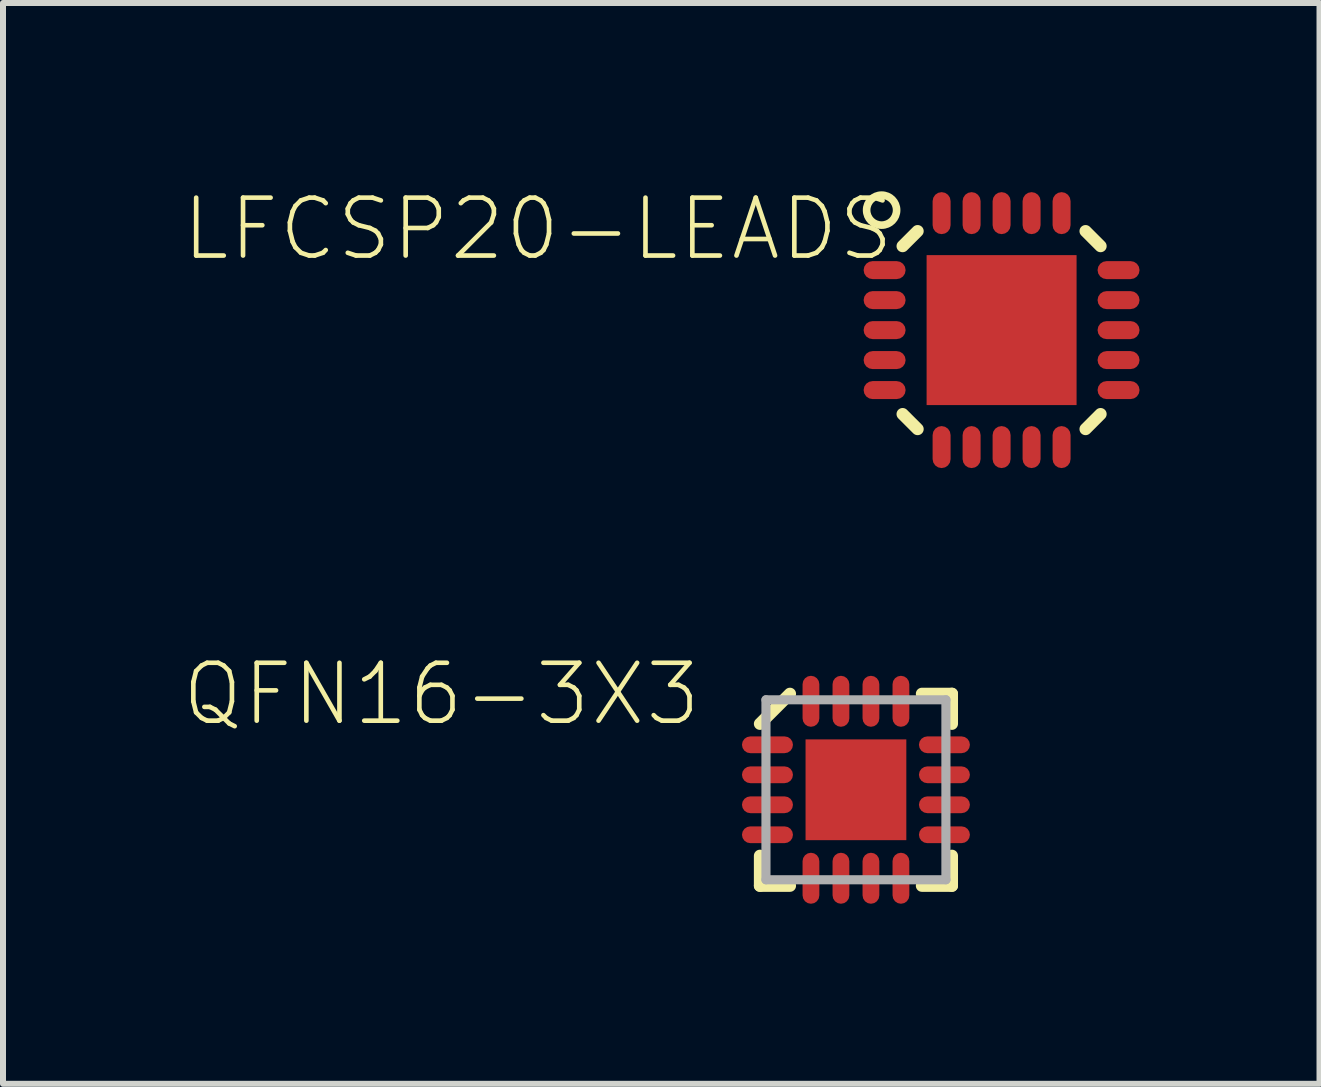
<source format=kicad_pcb>
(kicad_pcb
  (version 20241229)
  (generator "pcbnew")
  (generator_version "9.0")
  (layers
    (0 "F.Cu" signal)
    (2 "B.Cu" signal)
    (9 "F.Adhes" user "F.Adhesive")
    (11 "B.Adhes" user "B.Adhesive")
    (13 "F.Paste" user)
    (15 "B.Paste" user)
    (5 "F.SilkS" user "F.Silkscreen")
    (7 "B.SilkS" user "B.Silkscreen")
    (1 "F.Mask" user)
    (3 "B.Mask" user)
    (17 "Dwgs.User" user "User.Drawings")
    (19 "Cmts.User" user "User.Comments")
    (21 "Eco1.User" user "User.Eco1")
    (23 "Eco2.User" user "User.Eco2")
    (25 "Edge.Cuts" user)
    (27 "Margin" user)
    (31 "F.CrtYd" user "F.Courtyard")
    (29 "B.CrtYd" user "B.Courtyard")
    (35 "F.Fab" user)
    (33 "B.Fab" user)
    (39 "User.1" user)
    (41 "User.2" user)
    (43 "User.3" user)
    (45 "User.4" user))
  (footprint "LFCSP20-LEADS"
    (layer "F.Cu")
    (at 13.647 2.453)
    (property "Reference" "LFCSP20-LEADS" (at -1.75 -2.25 180) (layer "F.SilkS") (effects (font (size 0.965 0.965) (thickness 0.077)) (justify right top)))
    (attr through_hole)
    (fp_line (start -1.65 -1.4) (end -1.4 -1.65) (stroke (width 0.203) (type solid)) (layer "F.SilkS"))
    (fp_line (start -1.4 1.65) (end -1.65 1.4) (stroke (width 0.203) (type solid)) (layer "F.SilkS"))
    (fp_line (start 1.4 -1.65) (end 1.65 -1.4) (stroke (width 0.203) (type solid)) (layer "F.SilkS"))
    (fp_line (start 1.65 1.4) (end 1.4 1.65) (stroke (width 0.203) (type solid)) (layer "F.SilkS"))
    (fp_circle (center -2 -2) (end -1.75 -2) (stroke (width 0.127) (type solid)) (fill no) (layer "F.SilkS"))
    (fp_line (start -1.75 -1) (end -2.15 -1) (stroke (width 0.25) (type solid)) (layer "F.Paste"))
    (fp_line (start -1.75 -0.5) (end -2.15 -0.5) (stroke (width 0.25) (type solid)) (layer "F.Paste"))
    (fp_line (start -1.75 0) (end -2.15 0) (stroke (width 0.25) (type solid)) (layer "F.Paste"))
    (fp_line (start -1.75 0.5) (end -2.15 0.5) (stroke (width 0.25) (type solid)) (layer "F.Paste"))
    (fp_line (start -1.75 1) (end -2.15 1) (stroke (width 0.25) (type solid)) (layer "F.Paste"))
    (fp_line (start -1 -1.75) (end -1 -2.15) (stroke (width 0.25) (type solid)) (layer "F.Paste"))
    (fp_line (start -1 1.75) (end -1 2.15) (stroke (width 0.25) (type solid)) (layer "F.Paste"))
    (fp_line (start -0.5 -1.75) (end -0.5 -2.15) (stroke (width 0.25) (type solid)) (layer "F.Paste"))
    (fp_line (start -0.5 1.75) (end -0.5 2.15) (stroke (width 0.25) (type solid)) (layer "F.Paste"))
    (fp_line (start 0 -1.75) (end 0 -2.15) (stroke (width 0.25) (type solid)) (layer "F.Paste"))
    (fp_line (start 0 1.75) (end 0 2.15) (stroke (width 0.25) (type solid)) (layer "F.Paste"))
    (fp_line (start 0.5 -1.75) (end 0.5 -2.15) (stroke (width 0.25) (type solid)) (layer "F.Paste"))
    (fp_line (start 0.5 1.75) (end 0.5 2.15) (stroke (width 0.25) (type solid)) (layer "F.Paste"))
    (fp_line (start 1 -1.75) (end 1 -2.15) (stroke (width 0.25) (type solid)) (layer "F.Paste"))
    (fp_line (start 1 1.75) (end 1 2.15) (stroke (width 0.25) (type solid)) (layer "F.Paste"))
    (fp_line (start 1.75 -1) (end 2.15 -1) (stroke (width 0.25) (type solid)) (layer "F.Paste"))
    (fp_line (start 1.75 -0.5) (end 2.15 -0.5) (stroke (width 0.25) (type solid)) (layer "F.Paste"))
    (fp_line (start 1.75 0) (end 2.15 0) (stroke (width 0.25) (type solid)) (layer "F.Paste"))
    (fp_line (start 1.75 0.5) (end 2.15 0.5) (stroke (width 0.25) (type solid)) (layer "F.Paste"))
    (fp_line (start 1.75 1) (end 2.15 1) (stroke (width 0.25) (type solid)) (layer "F.Paste"))
    (fp_poly (pts (xy -1 1) (xy 1 1) (xy 1 -1) (xy -1 -1)) (stroke (width 0) (type solid)) (fill yes) (layer "F.Paste"))
    (pad "1" smd roundrect (at -1.95 -1) (size 0.7 0.3) (layers "F.Cu" "F.Mask") (roundrect_rratio 0.5))
    (pad "2" smd roundrect (at -1.95 -0.5) (size 0.7 0.3) (layers "F.Cu" "F.Mask") (roundrect_rratio 0.5))
    (pad "3" smd roundrect (at -1.95 0) (size 0.7 0.3) (layers "F.Cu" "F.Mask") (roundrect_rratio 0.5))
    (pad "4" smd roundrect (at -1.95 0.5) (size 0.7 0.3) (layers "F.Cu" "F.Mask") (roundrect_rratio 0.5))
    (pad "5" smd roundrect (at -1.95 1) (size 0.7 0.3) (layers "F.Cu" "F.Mask") (roundrect_rratio 0.5))
    (pad "6" smd roundrect (at -1 1.95 90) (size 0.7 0.3) (layers "F.Cu" "F.Mask") (roundrect_rratio 0.5))
    (pad "7" smd roundrect (at -0.5 1.95 90) (size 0.7 0.3) (layers "F.Cu" "F.Mask") (roundrect_rratio 0.5))
    (pad "8" smd roundrect (at 0 1.95 90) (size 0.7 0.3) (layers "F.Cu" "F.Mask") (roundrect_rratio 0.5))
    (pad "9" smd roundrect (at 0.5 1.95 90) (size 0.7 0.3) (layers "F.Cu" "F.Mask") (roundrect_rratio 0.5))
    (pad "10" smd roundrect (at 1 1.95 90) (size 0.7 0.3) (layers "F.Cu" "F.Mask") (roundrect_rratio 0.5))
    (pad "11" smd roundrect (at 1.95 1 180) (size 0.7 0.3) (layers "F.Cu" "F.Mask") (roundrect_rratio 0.5))
    (pad "12" smd roundrect (at 1.95 0.5 180) (size 0.7 0.3) (layers "F.Cu" "F.Mask") (roundrect_rratio 0.5))
    (pad "13" smd roundrect (at 1.95 0 180) (size 0.7 0.3) (layers "F.Cu" "F.Mask") (roundrect_rratio 0.5))
    (pad "14" smd roundrect (at 1.95 -0.5 180) (size 0.7 0.3) (layers "F.Cu" "F.Mask") (roundrect_rratio 0.5))
    (pad "15" smd roundrect (at 1.95 -1 180) (size 0.7 0.3) (layers "F.Cu" "F.Mask") (roundrect_rratio 0.5))
    (pad "16" smd roundrect (at 1 -1.95 270) (size 0.7 0.3) (layers "F.Cu" "F.Mask") (roundrect_rratio 0.5))
    (pad "17" smd roundrect (at 0.5 -1.95 270) (size 0.7 0.3) (layers "F.Cu" "F.Mask") (roundrect_rratio 0.5))
    (pad "18" smd roundrect (at 0 -1.95 270) (size 0.7 0.3) (layers "F.Cu" "F.Mask") (roundrect_rratio 0.5))
    (pad "19" smd roundrect (at -0.5 -1.95 270) (size 0.7 0.3) (layers "F.Cu" "F.Mask") (roundrect_rratio 0.5))
    (pad "20" smd roundrect (at -1 -1.95 270) (size 0.7 0.3) (layers "F.Cu" "F.Mask") (roundrect_rratio 0.5))
    (pad "EXP" smd rect (at 0 0) (size 2.5 2.5) (layers "F.Cu" "F.Mask")))
  (footprint "QFN16-3X3"
    (layer "F.Cu")
    (at 11.219 10.116)
    (property "Reference" "QFN16-3X3" (at -2.54 -2.159 0) (layer "F.SilkS") (effects (font (size 0.965 0.965) (thickness 0.077)) (justify right top)))
    (attr through_hole)
    (fp_line (start -1.6 -1.1) (end -1.1 -1.6) (stroke (width 0.203) (type solid)) (layer "F.SilkS"))
    (fp_line (start -1.6 1.6) (end -1.6 1.1) (stroke (width 0.203) (type solid)) (layer "F.SilkS"))
    (fp_line (start -1.1 1.6) (end -1.6 1.6) (stroke (width 0.203) (type solid)) (layer "F.SilkS"))
    (fp_line (start 1.1 -1.6) (end 1.6 -1.6) (stroke (width 0.203) (type solid)) (layer "F.SilkS"))
    (fp_line (start 1.6 -1.6) (end 1.6 -1.1) (stroke (width 0.203) (type solid)) (layer "F.SilkS"))
    (fp_line (start 1.6 1.1) (end 1.6 1.6) (stroke (width 0.203) (type solid)) (layer "F.SilkS"))
    (fp_line (start 1.6 1.6) (end 1.1 1.6) (stroke (width 0.203) (type solid)) (layer "F.SilkS"))
    (fp_line (start -1.8 -0.75) (end -1.15 -0.75) (stroke (width 0.203) (type solid)) (layer "F.Paste"))
    (fp_line (start -1.8 -0.25) (end -1.15 -0.25) (stroke (width 0.203) (type solid)) (layer "F.Paste"))
    (fp_line (start -1.8 0.25) (end -1.15 0.25) (stroke (width 0.203) (type solid)) (layer "F.Paste"))
    (fp_line (start -1.8 0.75) (end -1.15 0.75) (stroke (width 0.203) (type solid)) (layer "F.Paste"))
    (fp_line (start -0.75 -1.8) (end -0.75 -1.15) (stroke (width 0.203) (type solid)) (layer "F.Paste"))
    (fp_line (start -0.75 1.8) (end -0.75 1.15) (stroke (width 0.203) (type solid)) (layer "F.Paste"))
    (fp_line (start -0.25 -1.8) (end -0.25 -1.15) (stroke (width 0.203) (type solid)) (layer "F.Paste"))
    (fp_line (start -0.25 1.8) (end -0.25 1.15) (stroke (width 0.203) (type solid)) (layer "F.Paste"))
    (fp_line (start 0.25 -1.8) (end 0.25 -1.15) (stroke (width 0.203) (type solid)) (layer "F.Paste"))
    (fp_line (start 0.25 1.8) (end 0.25 1.15) (stroke (width 0.203) (type solid)) (layer "F.Paste"))
    (fp_line (start 0.75 -1.8) (end 0.75 -1.15) (stroke (width 0.203) (type solid)) (layer "F.Paste"))
    (fp_line (start 0.75 1.8) (end 0.75 1.15) (stroke (width 0.203) (type solid)) (layer "F.Paste"))
    (fp_line (start 1.8 -0.75) (end 1.15 -0.75) (stroke (width 0.203) (type solid)) (layer "F.Paste"))
    (fp_line (start 1.8 -0.25) (end 1.15 -0.25) (stroke (width 0.203) (type solid)) (layer "F.Paste"))
    (fp_line (start 1.8 0.25) (end 1.15 0.25) (stroke (width 0.203) (type solid)) (layer "F.Paste"))
    (fp_line (start 1.8 0.75) (end 1.15 0.75) (stroke (width 0.203) (type solid)) (layer "F.Paste"))
    (fp_poly (pts (xy -0.6 -0.15) (xy -0.15 -0.15) (xy -0.15 -0.6) (xy -0.6 -0.6)) (stroke (width 0) (type solid)) (fill yes) (layer "F.Paste"))
    (fp_poly (pts (xy -0.6 0.6) (xy -0.15 0.6) (xy -0.15 0.15) (xy -0.6 0.15)) (stroke (width 0) (type solid)) (fill yes) (layer "F.Paste"))
    (fp_poly (pts (xy 0.15 -0.15) (xy 0.6 -0.15) (xy 0.6 -0.6) (xy 0.15 -0.6)) (stroke (width 0) (type solid)) (fill yes) (layer "F.Paste"))
    (fp_poly (pts (xy 0.15 0.6) (xy 0.6 0.6) (xy 0.6 0.15) (xy 0.15 0.15)) (stroke (width 0) (type solid)) (fill yes) (layer "F.Paste"))
    (fp_line (start -1.5 -1.5) (end -1.5 1.5) (stroke (width 0.152) (type solid)) (layer "F.Fab"))
    (fp_line (start -1.5 1.5) (end 1.5 1.5) (stroke (width 0.152) (type solid)) (layer "F.Fab"))
    (fp_line (start 1.5 -1.5) (end -1.5 -1.5) (stroke (width 0.152) (type solid)) (layer "F.Fab"))
    (fp_line (start 1.5 1.5) (end 1.5 -1.5) (stroke (width 0.152) (type solid)) (layer "F.Fab"))
    (pad "1" smd roundrect (at -1.475 -0.75) (size 0.85 0.28) (layers "F.Cu" "F.Mask") (roundrect_rratio 0.5))
    (pad "2" smd roundrect (at -1.475 -0.25) (size 0.85 0.28) (layers "F.Cu" "F.Mask") (roundrect_rratio 0.5))
    (pad "3" smd roundrect (at -1.475 0.25) (size 0.85 0.28) (layers "F.Cu" "F.Mask") (roundrect_rratio 0.5))
    (pad "4" smd roundrect (at -1.475 0.75) (size 0.85 0.28) (layers "F.Cu" "F.Mask") (roundrect_rratio 0.5))
    (pad "5" smd roundrect (at -0.75 1.475 90) (size 0.85 0.28) (layers "F.Cu" "F.Mask") (roundrect_rratio 0.5))
    (pad "6" smd roundrect (at -0.25 1.475 90) (size 0.85 0.28) (layers "F.Cu" "F.Mask") (roundrect_rratio 0.5))
    (pad "7" smd roundrect (at 0.25 1.475 90) (size 0.85 0.28) (layers "F.Cu" "F.Mask") (roundrect_rratio 0.5))
    (pad "8" smd roundrect (at 0.75 1.475 90) (size 0.85 0.28) (layers "F.Cu" "F.Mask") (roundrect_rratio 0.5))
    (pad "9" smd roundrect (at 1.475 0.75 180) (size 0.85 0.28) (layers "F.Cu" "F.Mask") (roundrect_rratio 0.5))
    (pad "10" smd roundrect (at 1.475 0.25 180) (size 0.85 0.28) (layers "F.Cu" "F.Mask") (roundrect_rratio 0.5))
    (pad "11" smd roundrect (at 1.475 -0.25 180) (size 0.85 0.28) (layers "F.Cu" "F.Mask") (roundrect_rratio 0.5))
    (pad "12" smd roundrect (at 1.475 -0.75 180) (size 0.85 0.28) (layers "F.Cu" "F.Mask") (roundrect_rratio 0.5))
    (pad "13" smd roundrect (at 0.75 -1.475 270) (size 0.85 0.28) (layers "F.Cu" "F.Mask") (roundrect_rratio 0.5))
    (pad "14" smd roundrect (at 0.25 -1.475 270) (size 0.85 0.28) (layers "F.Cu" "F.Mask") (roundrect_rratio 0.5))
    (pad "15" smd roundrect (at -0.25 -1.475 270) (size 0.85 0.28) (layers "F.Cu" "F.Mask") (roundrect_rratio 0.5))
    (pad "16" smd roundrect (at -0.75 -1.475 270) (size 0.85 0.28) (layers "F.Cu" "F.Mask") (roundrect_rratio 0.5))
    (pad "EXT" smd rect (at 0 0) (size 1.68 1.68) (layers "F.Cu" "F.Mask")))
  (gr_rect
    (start -3 -3)
    (end 18.947 15.018)
    (stroke (width 0.1) (type default))
    (fill no)
    (layer "Edge.Cuts")))
</source>
